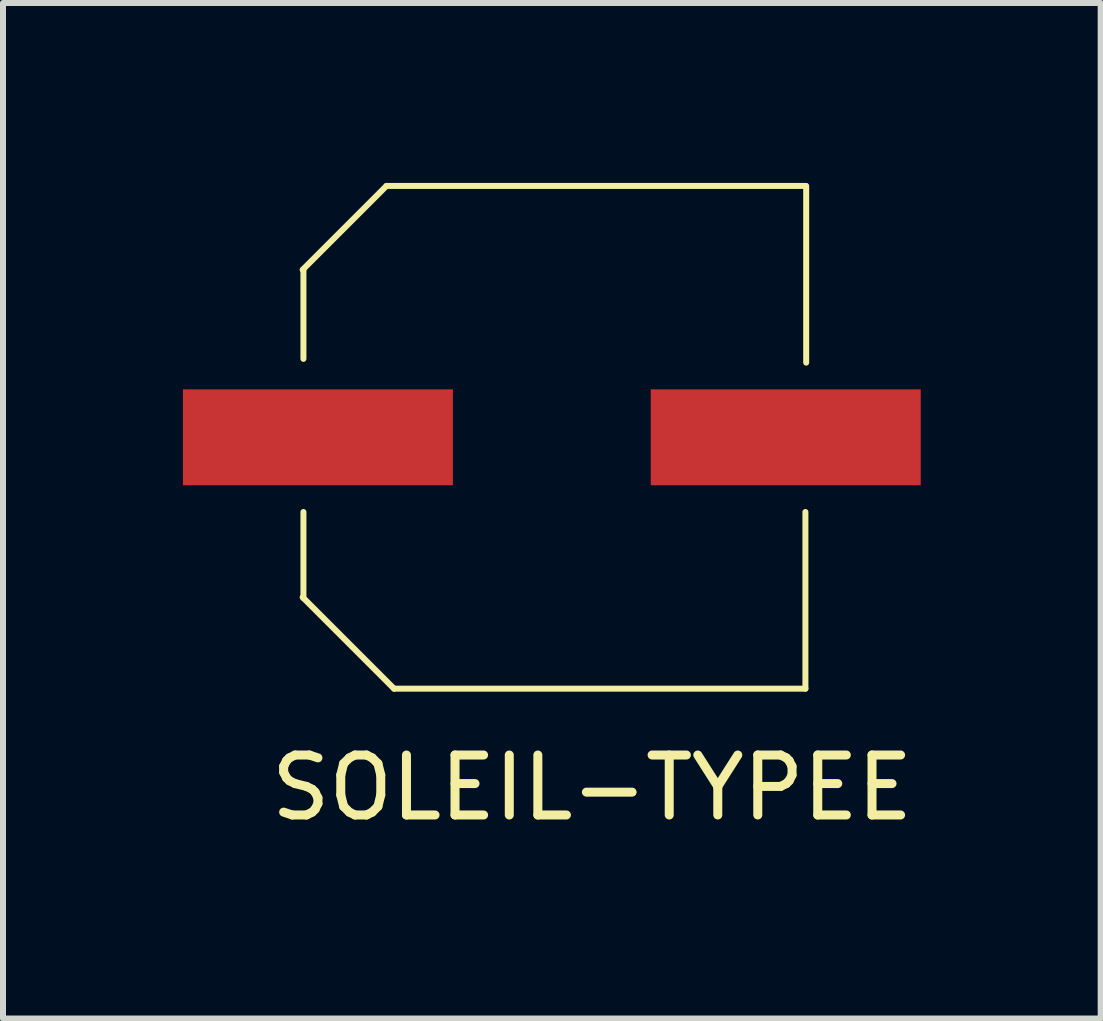
<source format=kicad_pcb>
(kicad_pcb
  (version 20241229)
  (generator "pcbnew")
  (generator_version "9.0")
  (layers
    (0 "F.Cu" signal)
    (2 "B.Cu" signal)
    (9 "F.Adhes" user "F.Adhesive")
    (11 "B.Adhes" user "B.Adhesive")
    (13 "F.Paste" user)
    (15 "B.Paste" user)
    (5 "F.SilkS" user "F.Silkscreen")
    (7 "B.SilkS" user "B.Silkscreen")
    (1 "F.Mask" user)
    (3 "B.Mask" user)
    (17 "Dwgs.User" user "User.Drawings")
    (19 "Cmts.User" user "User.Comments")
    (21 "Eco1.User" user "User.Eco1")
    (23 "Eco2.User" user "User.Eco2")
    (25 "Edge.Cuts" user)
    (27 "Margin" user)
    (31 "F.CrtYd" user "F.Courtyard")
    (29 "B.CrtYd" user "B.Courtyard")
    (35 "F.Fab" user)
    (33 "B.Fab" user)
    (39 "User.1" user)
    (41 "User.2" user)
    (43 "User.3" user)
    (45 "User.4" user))
  (footprint "SOLEIL-TYPEE"
    (layer "F.Cu")
    (at 2.25 4.241)
    (property "Reference" "SOLEIL-TYPEE" (at 4.572 5.842 0) (layer "F.SilkS") (effects (font (size 1 1) (thickness 0.15))))
    (attr through_hole)
    (fp_line (start -0.254 -2.794) (end 1.143 -4.191) (stroke (width 0.1) (type solid)) (layer "F.SilkS"))
    (fp_line (start -0.254 2.667) (end 1.27 4.191) (stroke (width 0.1) (type solid)) (layer "F.SilkS"))
    (fp_line (start -0.241 -2.794) (end -0.241 -1.308) (stroke (width 0.1) (type solid)) (layer "F.SilkS"))
    (fp_line (start -0.241 2.68) (end -0.241 1.245) (stroke (width 0.1) (type solid)) (layer "F.SilkS"))
    (fp_line (start 1.143 -4.191) (end 8.128 -4.191) (stroke (width 0.1) (type solid)) (layer "F.SilkS"))
    (fp_line (start 1.27 4.191) (end 8.128 4.191) (stroke (width 0.1) (type solid)) (layer "F.SilkS"))
    (fp_line (start 8.128 4.191) (end 8.128 1.245) (stroke (width 0.1) (type solid)) (layer "F.SilkS"))
    (fp_line (start 8.141 -4.191) (end 8.141 -1.245) (stroke (width 0.1) (type solid)) (layer "F.SilkS"))
    (pad "1" smd rect (at 0 0) (size 4.501 1.6) (layers "F.Cu" "F.Mask" "F.Paste"))
    (pad "2" smd rect (at 7.8 0) (size 4.501 1.6) (layers "F.Cu" "F.Mask" "F.Paste")))
  (gr_rect
    (start -3 -3)
    (end 15.301 13.931)
    (stroke (width 0.1) (type default))
    (fill no)
    (layer "Edge.Cuts")))
</source>
